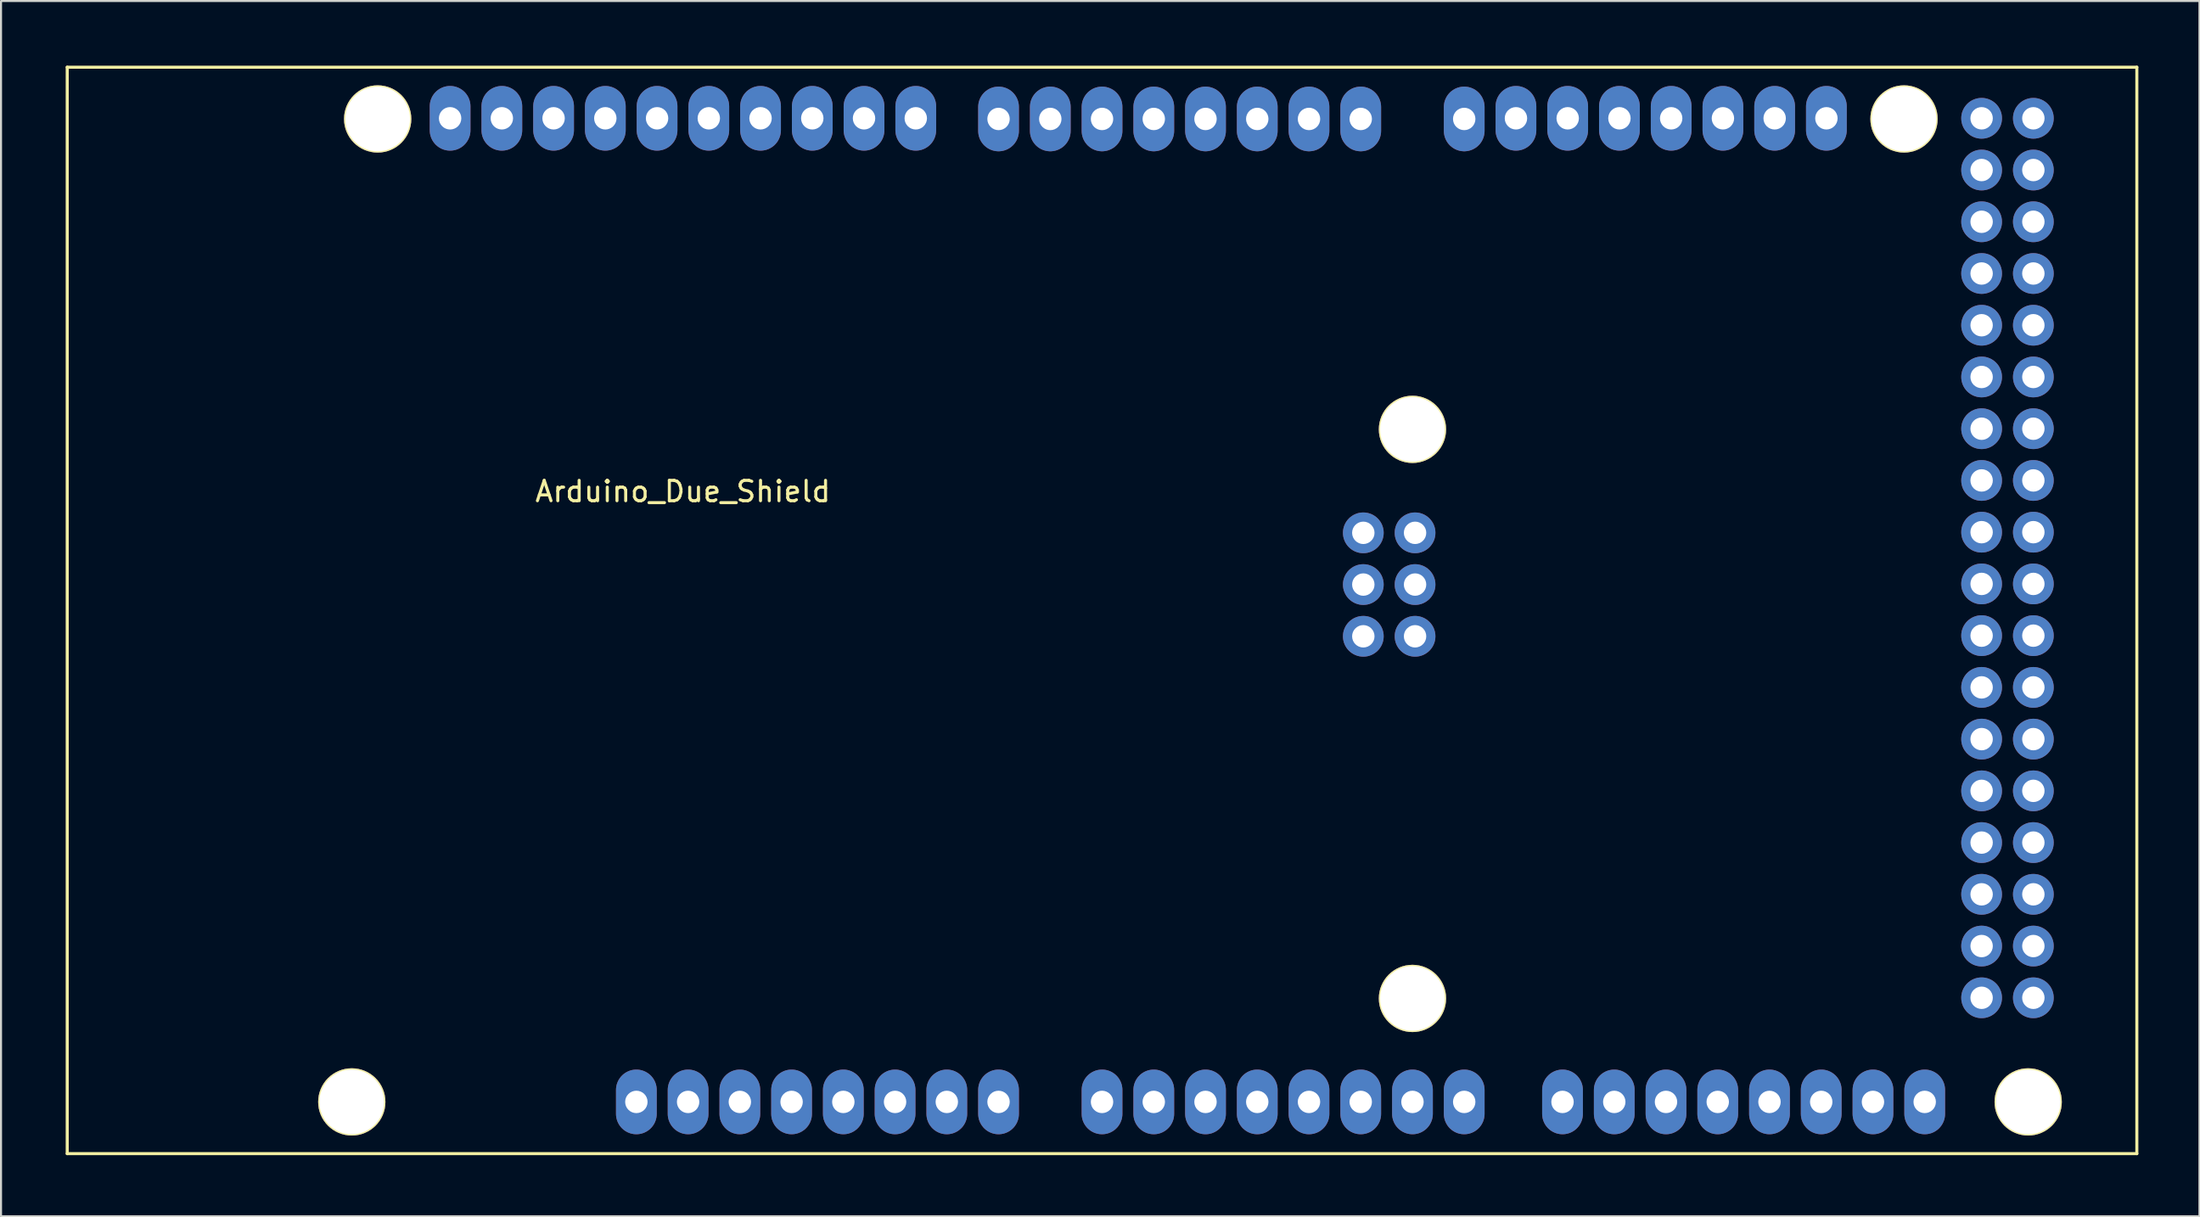
<source format=kicad_pcb>
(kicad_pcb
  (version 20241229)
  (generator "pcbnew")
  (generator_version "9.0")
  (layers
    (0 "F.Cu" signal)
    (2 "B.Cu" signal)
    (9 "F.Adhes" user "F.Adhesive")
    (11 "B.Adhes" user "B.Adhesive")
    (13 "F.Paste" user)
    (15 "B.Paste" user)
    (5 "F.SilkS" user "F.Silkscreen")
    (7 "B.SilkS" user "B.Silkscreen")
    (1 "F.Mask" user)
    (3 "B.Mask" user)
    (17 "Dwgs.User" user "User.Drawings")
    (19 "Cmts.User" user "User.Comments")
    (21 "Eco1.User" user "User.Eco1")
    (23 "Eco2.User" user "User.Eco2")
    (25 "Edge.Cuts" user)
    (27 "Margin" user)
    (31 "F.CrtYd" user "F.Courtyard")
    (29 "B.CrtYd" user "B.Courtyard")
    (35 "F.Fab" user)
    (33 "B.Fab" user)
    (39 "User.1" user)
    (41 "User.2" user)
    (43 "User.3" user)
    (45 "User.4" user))
  (footprint "Arduino_Due_Shield"
    (layer "F.Cu")
    (at 0.25 0.25)
    (property "Reference" "Arduino_Due_Shield" (at 30.226 20.828 0) (layer "F.SilkS") (effects (font (size 1 1) (thickness 0.15))))
    (attr through_hole)
    (fp_line (start 0 0) (end 101.6 0) (stroke (width 0.15) (type solid)) (layer "F.SilkS"))
    (fp_line (start 0 53.34) (end 0 0) (stroke (width 0.15) (type solid)) (layer "F.SilkS"))
    (fp_line (start 101.6 0) (end 101.6 53.34) (stroke (width 0.15) (type solid)) (layer "F.SilkS"))
    (fp_line (start 101.6 53.34) (end 0 53.34) (stroke (width 0.15) (type solid)) (layer "F.SilkS"))
    (pad "" np_thru_hole circle (at 13.97 50.8) (size 3.302 3.302) (drill 3.175) (layers "*.Cu" "*.Mask" "F.SilkS"))
    (pad "" np_thru_hole circle (at 15.24 2.54) (size 3.302 3.302) (drill 3.175) (layers "*.Cu" "*.Mask" "F.SilkS"))
    (pad "" np_thru_hole circle (at 66.04 17.78) (size 3.302 3.302) (drill 3.175) (layers "*.Cu" "*.Mask" "F.SilkS"))
    (pad "" np_thru_hole circle (at 66.04 45.72) (size 3.302 3.302) (drill 3.175) (layers "*.Cu" "*.Mask" "F.SilkS"))
    (pad "" np_thru_hole circle (at 90.17 2.54) (size 3.302 3.302) (drill 3.175) (layers "*.Cu" "*.Mask" "F.SilkS"))
    (pad "" np_thru_hole circle (at 96.266 50.8) (size 3.302 3.302) (drill 3.175) (layers "*.Cu" "*.Mask" "F.SilkS"))
    (pad "1" thru_hole oval (at 27.94 50.8) (size 2 3.175) (drill 1.1) (layers "*.Cu" "*.Mask"))
    (pad "2" thru_hole oval (at 30.48 50.8) (size 2 3.175) (drill 1.1) (layers "*.Cu" "*.Mask"))
    (pad "3" thru_hole oval (at 33.02 50.8) (size 2 3.175) (drill 1.1) (layers "*.Cu" "*.Mask"))
    (pad "4" thru_hole oval (at 35.56 50.8) (size 2 3.175) (drill 1.1) (layers "*.Cu" "*.Mask"))
    (pad "5" thru_hole oval (at 38.1 50.8) (size 2 3.175) (drill 1.1) (layers "*.Cu" "*.Mask"))
    (pad "6" thru_hole oval (at 40.64 50.8) (size 2 3.175) (drill 1.1) (layers "*.Cu" "*.Mask"))
    (pad "7" thru_hole oval (at 43.18 50.8) (size 2 3.175) (drill 1.1) (layers "*.Cu" "*.Mask"))
    (pad "8" thru_hole oval (at 45.72 50.8) (size 2 3.175) (drill 1.1) (layers "*.Cu" "*.Mask"))
    (pad "9" thru_hole oval (at 50.8 50.8) (size 2 3.175) (drill 1.1) (layers "*.Cu" "*.Mask"))
    (pad "10" thru_hole oval (at 53.34 50.8) (size 2 3.175) (drill 1.1) (layers "*.Cu" "*.Mask"))
    (pad "11" thru_hole oval (at 55.88 50.8) (size 2 3.175) (drill 1.1) (layers "*.Cu" "*.Mask"))
    (pad "12" thru_hole oval (at 58.42 50.8) (size 2 3.175) (drill 1.1) (layers "*.Cu" "*.Mask"))
    (pad "13" thru_hole oval (at 60.96 50.8) (size 2 3.175) (drill 1.1) (layers "*.Cu" "*.Mask"))
    (pad "14" thru_hole oval (at 63.5 50.8) (size 2 3.175) (drill 1.1) (layers "*.Cu" "*.Mask"))
    (pad "15" thru_hole oval (at 66.04 50.8) (size 2 3.175) (drill 1.1) (layers "*.Cu" "*.Mask"))
    (pad "16" thru_hole oval (at 68.58 50.8) (size 2 3.175) (drill 1.1) (layers "*.Cu" "*.Mask"))
    (pad "17" thru_hole oval (at 73.406 50.8) (size 2 3.175) (drill 1.1) (layers "*.Cu" "*.Mask"))
    (pad "18" thru_hole oval (at 75.946 50.8) (size 2 3.175) (drill 1.1) (layers "*.Cu" "*.Mask"))
    (pad "19" thru_hole oval (at 78.486 50.8) (size 2 3.175) (drill 1.1) (layers "*.Cu" "*.Mask"))
    (pad "20" thru_hole oval (at 81.026 50.8) (size 2 3.175) (drill 1.1) (layers "*.Cu" "*.Mask"))
    (pad "21" thru_hole oval (at 83.566 50.8) (size 2 3.175) (drill 1.1) (layers "*.Cu" "*.Mask"))
    (pad "22" thru_hole oval (at 86.106 50.8) (size 2 3.175) (drill 1.1) (layers "*.Cu" "*.Mask"))
    (pad "23" thru_hole oval (at 88.646 50.8) (size 2 3.175) (drill 1.1) (layers "*.Cu" "*.Mask"))
    (pad "24" thru_hole oval (at 91.186 50.8) (size 2 3.175) (drill 1.1) (layers "*.Cu" "*.Mask"))
    (pad "25" thru_hole oval (at 18.796 2.508) (size 2 3.175) (drill 1.1) (layers "*.Cu" "*.Mask"))
    (pad "26" thru_hole oval (at 21.336 2.508) (size 2 3.175) (drill 1.1) (layers "*.Cu" "*.Mask"))
    (pad "27" thru_hole oval (at 23.876 2.508) (size 2 3.175) (drill 1.1) (layers "*.Cu" "*.Mask"))
    (pad "28" thru_hole oval (at 26.416 2.508) (size 2 3.175) (drill 1.1) (layers "*.Cu" "*.Mask"))
    (pad "29" thru_hole oval (at 28.956 2.508) (size 2 3.175) (drill 1.1) (layers "*.Cu" "*.Mask"))
    (pad "30" thru_hole oval (at 31.496 2.508) (size 2 3.175) (drill 1.1) (layers "*.Cu" "*.Mask"))
    (pad "31" thru_hole oval (at 34.036 2.508) (size 2 3.175) (drill 1.1) (layers "*.Cu" "*.Mask"))
    (pad "32" thru_hole oval (at 36.576 2.508) (size 2 3.175) (drill 1.1) (layers "*.Cu" "*.Mask"))
    (pad "33" thru_hole oval (at 39.116 2.508) (size 2 3.175) (drill 1.1) (layers "*.Cu" "*.Mask"))
    (pad "34" thru_hole oval (at 41.656 2.508) (size 2 3.175) (drill 1.1) (layers "*.Cu" "*.Mask"))
    (pad "35" thru_hole oval (at 45.72 2.54) (size 2 3.175) (drill 1.1) (layers "*.Cu" "*.Mask"))
    (pad "36" thru_hole oval (at 48.26 2.54) (size 2 3.175) (drill 1.1) (layers "*.Cu" "*.Mask"))
    (pad "37" thru_hole oval (at 50.8 2.54) (size 2 3.175) (drill 1.1) (layers "*.Cu" "*.Mask"))
    (pad "38" thru_hole oval (at 53.34 2.54) (size 2 3.175) (drill 1.1) (layers "*.Cu" "*.Mask"))
    (pad "39" thru_hole oval (at 55.88 2.54) (size 2 3.175) (drill 1.1) (layers "*.Cu" "*.Mask"))
    (pad "40" thru_hole oval (at 58.42 2.54) (size 2 3.175) (drill 1.1) (layers "*.Cu" "*.Mask"))
    (pad "41" thru_hole oval (at 60.96 2.54) (size 2 3.175) (drill 1.1) (layers "*.Cu" "*.Mask"))
    (pad "42" thru_hole oval (at 63.5 2.54) (size 2 3.175) (drill 1.1) (layers "*.Cu" "*.Mask"))
    (pad "43" thru_hole oval (at 68.58 2.54) (size 2 3.175) (drill 1.1) (layers "*.Cu" "*.Mask"))
    (pad "44" thru_hole oval (at 71.12 2.508) (size 2 3.175) (drill 1.1) (layers "*.Cu" "*.Mask"))
    (pad "45" thru_hole oval (at 73.66 2.508) (size 2 3.175) (drill 1.1) (layers "*.Cu" "*.Mask"))
    (pad "46" thru_hole oval (at 76.2 2.508) (size 2 3.175) (drill 1.1) (layers "*.Cu" "*.Mask"))
    (pad "47" thru_hole oval (at 78.74 2.508) (size 2 3.175) (drill 1.1) (layers "*.Cu" "*.Mask"))
    (pad "48" thru_hole oval (at 81.28 2.508) (size 2 3.175) (drill 1.1) (layers "*.Cu" "*.Mask"))
    (pad "49" thru_hole oval (at 83.82 2.508) (size 2 3.175) (drill 1.1) (layers "*.Cu" "*.Mask"))
    (pad "50" thru_hole oval (at 86.36 2.508) (size 2 3.175) (drill 1.1) (layers "*.Cu" "*.Mask"))
    (pad "51" thru_hole circle (at 93.98 2.508) (size 2 2) (drill 1.1) (layers "*.Cu" "*.Mask"))
    (pad "52" thru_hole circle (at 96.52 2.508) (size 2 2) (drill 1.1) (layers "*.Cu" "*.Mask"))
    (pad "53" thru_hole circle (at 93.98 5.048) (size 2 2) (drill 1.1) (layers "*.Cu" "*.Mask"))
    (pad "54" thru_hole circle (at 96.52 5.048) (size 2 2) (drill 1.1) (layers "*.Cu" "*.Mask"))
    (pad "55" thru_hole circle (at 93.98 7.588) (size 2 2) (drill 1.1) (layers "*.Cu" "*.Mask"))
    (pad "56" thru_hole circle (at 96.52 7.588) (size 2 2) (drill 1.1) (layers "*.Cu" "*.Mask"))
    (pad "57" thru_hole circle (at 93.98 10.128) (size 2 2) (drill 1.1) (layers "*.Cu" "*.Mask"))
    (pad "58" thru_hole circle (at 96.52 10.128) (size 2 2) (drill 1.1) (layers "*.Cu" "*.Mask"))
    (pad "59" thru_hole circle (at 93.98 12.668) (size 2 2) (drill 1.1) (layers "*.Cu" "*.Mask"))
    (pad "60" thru_hole circle (at 96.52 12.668) (size 2 2) (drill 1.1) (layers "*.Cu" "*.Mask"))
    (pad "61" thru_hole circle (at 93.98 15.208) (size 2 2) (drill 1.1) (layers "*.Cu" "*.Mask"))
    (pad "62" thru_hole circle (at 96.52 15.208) (size 2 2) (drill 1.1) (layers "*.Cu" "*.Mask"))
    (pad "63" thru_hole circle (at 93.98 17.748) (size 2 2) (drill 1.1) (layers "*.Cu" "*.Mask"))
    (pad "64" thru_hole circle (at 96.52 17.748) (size 2 2) (drill 1.1) (layers "*.Cu" "*.Mask"))
    (pad "65" thru_hole circle (at 93.98 20.288) (size 2 2) (drill 1.1) (layers "*.Cu" "*.Mask"))
    (pad "66" thru_hole circle (at 96.52 20.288) (size 2 2) (drill 1.1) (layers "*.Cu" "*.Mask"))
    (pad "67" thru_hole circle (at 93.98 22.828) (size 2 2) (drill 1.1) (layers "*.Cu" "*.Mask"))
    (pad "68" thru_hole circle (at 96.52 22.828) (size 2 2) (drill 1.1) (layers "*.Cu" "*.Mask"))
    (pad "69" thru_hole circle (at 93.98 25.368) (size 2 2) (drill 1.1) (layers "*.Cu" "*.Mask"))
    (pad "70" thru_hole circle (at 96.52 25.368) (size 2 2) (drill 1.1) (layers "*.Cu" "*.Mask"))
    (pad "71" thru_hole circle (at 93.98 27.908) (size 2 2) (drill 1.1) (layers "*.Cu" "*.Mask"))
    (pad "72" thru_hole circle (at 96.52 27.908) (size 2 2) (drill 1.1) (layers "*.Cu" "*.Mask"))
    (pad "73" thru_hole circle (at 93.98 30.448) (size 2 2) (drill 1.1) (layers "*.Cu" "*.Mask"))
    (pad "74" thru_hole circle (at 96.52 30.448) (size 2 2) (drill 1.1) (layers "*.Cu" "*.Mask"))
    (pad "75" thru_hole circle (at 93.98 32.988) (size 2 2) (drill 1.1) (layers "*.Cu" "*.Mask"))
    (pad "76" thru_hole circle (at 96.52 32.988) (size 2 2) (drill 1.1) (layers "*.Cu" "*.Mask"))
    (pad "77" thru_hole circle (at 93.98 35.528) (size 2 2) (drill 1.1) (layers "*.Cu" "*.Mask"))
    (pad "78" thru_hole circle (at 96.52 35.528) (size 2 2) (drill 1.1) (layers "*.Cu" "*.Mask"))
    (pad "79" thru_hole circle (at 93.98 38.068) (size 2 2) (drill 1.1) (layers "*.Cu" "*.Mask"))
    (pad "80" thru_hole circle (at 96.52 38.068) (size 2 2) (drill 1.1) (layers "*.Cu" "*.Mask"))
    (pad "81" thru_hole circle (at 93.98 40.608) (size 2 2) (drill 1.1) (layers "*.Cu" "*.Mask"))
    (pad "82" thru_hole circle (at 96.52 40.608) (size 2 2) (drill 1.1) (layers "*.Cu" "*.Mask"))
    (pad "83" thru_hole circle (at 93.98 43.148) (size 2 2) (drill 1.1) (layers "*.Cu" "*.Mask"))
    (pad "84" thru_hole circle (at 96.52 43.148) (size 2 2) (drill 1.1) (layers "*.Cu" "*.Mask"))
    (pad "85" thru_hole circle (at 93.98 45.688) (size 2 2) (drill 1.1) (layers "*.Cu" "*.Mask"))
    (pad "86" thru_hole circle (at 96.52 45.688) (size 2 2) (drill 1.1) (layers "*.Cu" "*.Mask"))
    (pad "87" thru_hole circle (at 63.627 27.94) (size 2 2) (drill 1.1) (layers "*.Cu" "*.Mask"))
    (pad "88" thru_hole circle (at 63.627 25.4) (size 2 2) (drill 1.1) (layers "*.Cu" "*.Mask"))
    (pad "89" thru_hole circle (at 63.627 22.86) (size 2 2) (drill 1.1) (layers "*.Cu" "*.Mask"))
    (pad "90" thru_hole circle (at 66.167 27.94) (size 2 2) (drill 1.1) (layers "*.Cu" "*.Mask"))
    (pad "91" thru_hole circle (at 66.167 25.4) (size 2 2) (drill 1.1) (layers "*.Cu" "*.Mask"))
    (pad "92" thru_hole circle (at 66.167 22.86) (size 2 2) (drill 1.1) (layers "*.Cu" "*.Mask")))
  (gr_rect
    (start -3 -3)
    (end 104.925 56.665)
    (stroke (width 0.1) (type default))
    (fill no)
    (layer "Edge.Cuts")))
</source>
